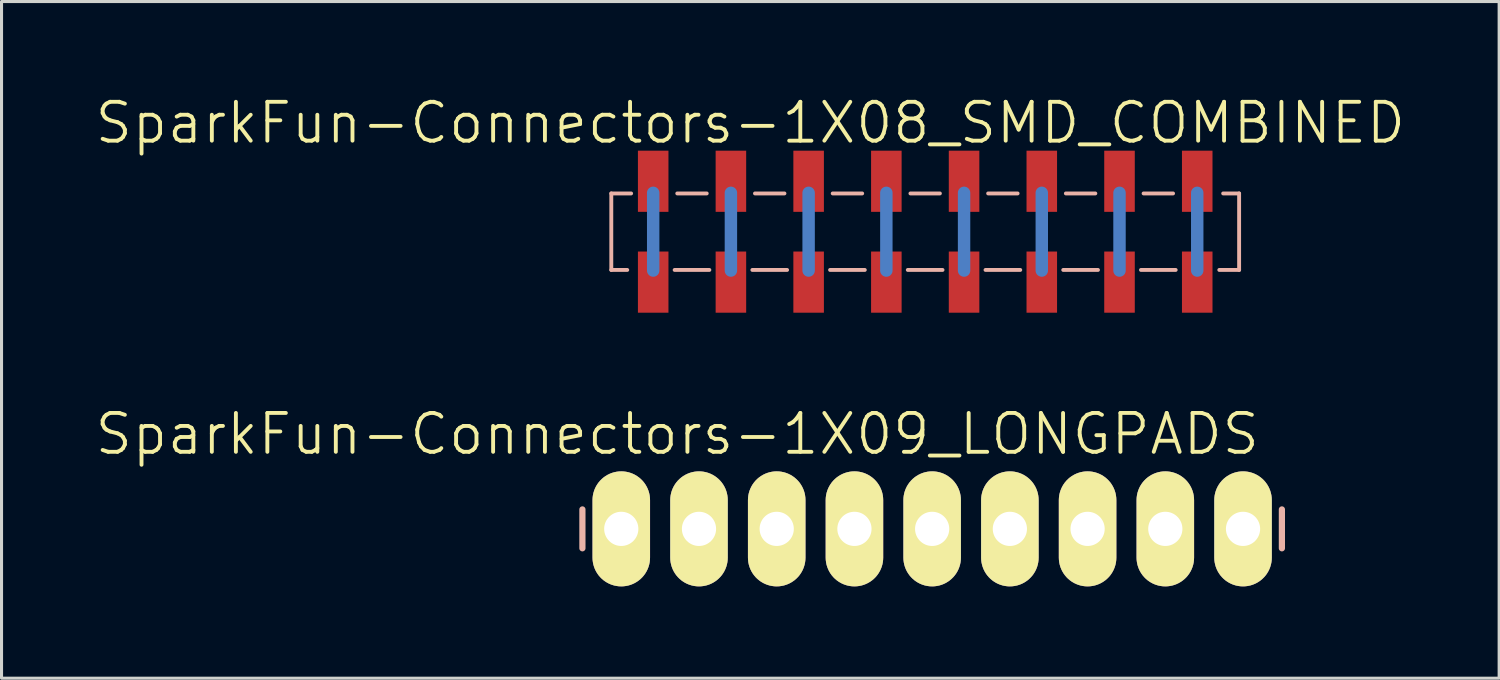
<source format=kicad_pcb>
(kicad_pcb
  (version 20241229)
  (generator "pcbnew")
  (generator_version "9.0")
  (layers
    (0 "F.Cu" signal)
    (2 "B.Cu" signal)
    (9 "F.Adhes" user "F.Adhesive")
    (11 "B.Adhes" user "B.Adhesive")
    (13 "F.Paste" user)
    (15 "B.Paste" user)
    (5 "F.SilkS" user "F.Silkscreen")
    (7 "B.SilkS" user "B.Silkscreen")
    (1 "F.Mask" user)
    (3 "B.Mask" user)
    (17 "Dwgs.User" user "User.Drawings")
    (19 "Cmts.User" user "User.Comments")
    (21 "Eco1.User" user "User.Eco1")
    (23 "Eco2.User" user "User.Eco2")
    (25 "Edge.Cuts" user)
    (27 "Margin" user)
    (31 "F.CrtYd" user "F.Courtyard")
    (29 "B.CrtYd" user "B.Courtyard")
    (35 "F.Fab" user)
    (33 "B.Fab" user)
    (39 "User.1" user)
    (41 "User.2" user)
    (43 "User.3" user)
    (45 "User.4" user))
  (footprint "SparkFun-Connectors-1X09_LONGPADS"
    (layer "F.Cu")
    (at 17.254 14.234)
    (property "Reference" "SparkFun-Connectors-1X09_LONGPADS" (at 1.829 -3.099 0) (layer "F.SilkS") (effects (font (size 1.27 1.27) (thickness 0.127))))
    (attr exclude_from_pos_files exclude_from_bom)
    (fp_line (start -0.254 -0.254) (end 0.254 -0.254) (stroke (width 0.066) (type solid)) (layer "F.SilkS"))
    (fp_line (start -0.254 0.254) (end -0.254 -0.254) (stroke (width 0.066) (type solid)) (layer "F.SilkS"))
    (fp_line (start -0.254 0.254) (end 0.254 0.254) (stroke (width 0.066) (type solid)) (layer "F.SilkS"))
    (fp_line (start 0.254 0.254) (end 0.254 -0.254) (stroke (width 0.066) (type solid)) (layer "F.SilkS"))
    (fp_line (start 2.286 -0.254) (end 2.794 -0.254) (stroke (width 0.066) (type solid)) (layer "F.SilkS"))
    (fp_line (start 2.286 0.254) (end 2.286 -0.254) (stroke (width 0.066) (type solid)) (layer "F.SilkS"))
    (fp_line (start 2.286 0.254) (end 2.794 0.254) (stroke (width 0.066) (type solid)) (layer "F.SilkS"))
    (fp_line (start 2.794 0.254) (end 2.794 -0.254) (stroke (width 0.066) (type solid)) (layer "F.SilkS"))
    (fp_line (start 4.826 -0.254) (end 5.334 -0.254) (stroke (width 0.066) (type solid)) (layer "F.SilkS"))
    (fp_line (start 4.826 0.254) (end 4.826 -0.254) (stroke (width 0.066) (type solid)) (layer "F.SilkS"))
    (fp_line (start 4.826 0.254) (end 5.334 0.254) (stroke (width 0.066) (type solid)) (layer "F.SilkS"))
    (fp_line (start 5.334 0.254) (end 5.334 -0.254) (stroke (width 0.066) (type solid)) (layer "F.SilkS"))
    (fp_line (start 7.366 -0.254) (end 7.874 -0.254) (stroke (width 0.066) (type solid)) (layer "F.SilkS"))
    (fp_line (start 7.366 0.254) (end 7.366 -0.254) (stroke (width 0.066) (type solid)) (layer "F.SilkS"))
    (fp_line (start 7.366 0.254) (end 7.874 0.254) (stroke (width 0.066) (type solid)) (layer "F.SilkS"))
    (fp_line (start 7.874 0.254) (end 7.874 -0.254) (stroke (width 0.066) (type solid)) (layer "F.SilkS"))
    (fp_line (start 9.906 -0.254) (end 10.414 -0.254) (stroke (width 0.066) (type solid)) (layer "F.SilkS"))
    (fp_line (start 9.906 0.254) (end 9.906 -0.254) (stroke (width 0.066) (type solid)) (layer "F.SilkS"))
    (fp_line (start 9.906 0.254) (end 10.414 0.254) (stroke (width 0.066) (type solid)) (layer "F.SilkS"))
    (fp_line (start 10.414 0.254) (end 10.414 -0.254) (stroke (width 0.066) (type solid)) (layer "F.SilkS"))
    (fp_line (start 12.446 -0.254) (end 12.954 -0.254) (stroke (width 0.066) (type solid)) (layer "F.SilkS"))
    (fp_line (start 12.446 0.254) (end 12.446 -0.254) (stroke (width 0.066) (type solid)) (layer "F.SilkS"))
    (fp_line (start 12.446 0.254) (end 12.954 0.254) (stroke (width 0.066) (type solid)) (layer "F.SilkS"))
    (fp_line (start 12.954 0.254) (end 12.954 -0.254) (stroke (width 0.066) (type solid)) (layer "F.SilkS"))
    (fp_line (start 14.986 -0.254) (end 15.494 -0.254) (stroke (width 0.066) (type solid)) (layer "F.SilkS"))
    (fp_line (start 14.986 0.254) (end 14.986 -0.254) (stroke (width 0.066) (type solid)) (layer "F.SilkS"))
    (fp_line (start 14.986 0.254) (end 15.494 0.254) (stroke (width 0.066) (type solid)) (layer "F.SilkS"))
    (fp_line (start 15.494 0.254) (end 15.494 -0.254) (stroke (width 0.066) (type solid)) (layer "F.SilkS"))
    (fp_line (start 17.523 -0.254) (end 18.034 -0.254) (stroke (width 0.066) (type solid)) (layer "F.SilkS"))
    (fp_line (start 17.523 0.254) (end 17.523 -0.254) (stroke (width 0.066) (type solid)) (layer "F.SilkS"))
    (fp_line (start 17.523 0.254) (end 18.034 0.254) (stroke (width 0.066) (type solid)) (layer "F.SilkS"))
    (fp_line (start 18.034 0.254) (end 18.034 -0.254) (stroke (width 0.066) (type solid)) (layer "F.SilkS"))
    (fp_line (start 20.066 -0.254) (end 20.574 -0.254) (stroke (width 0.066) (type solid)) (layer "F.SilkS"))
    (fp_line (start 20.066 0.254) (end 20.066 -0.254) (stroke (width 0.066) (type solid)) (layer "F.SilkS"))
    (fp_line (start 20.066 0.254) (end 20.574 0.254) (stroke (width 0.066) (type solid)) (layer "F.SilkS"))
    (fp_line (start 20.574 0.254) (end 20.574 -0.254) (stroke (width 0.066) (type solid)) (layer "F.SilkS"))
    (fp_line (start -1.27 -0.635) (end -1.27 0.635) (stroke (width 0.203) (type solid)) (layer "B.SilkS"))
    (fp_line (start 21.59 -0.635) (end 21.59 0.635) (stroke (width 0.203) (type solid)) (layer "B.SilkS"))
    (pad "1" thru_hole oval (at 0 0 180) (size 1.88 3.759) (drill 1.118) (layers "*.Cu" "F.Mask" "F.SilkS" "F.Paste"))
    (pad "2" thru_hole oval (at 2.54 0 180) (size 1.88 3.759) (drill 1.118) (layers "*.Cu" "F.Mask" "F.SilkS" "F.Paste"))
    (pad "3" thru_hole oval (at 5.08 0 180) (size 1.88 3.759) (drill 1.118) (layers "*.Cu" "F.Mask" "F.SilkS" "F.Paste"))
    (pad "4" thru_hole oval (at 7.62 0 180) (size 1.88 3.759) (drill 1.118) (layers "*.Cu" "F.Mask" "F.SilkS" "F.Paste"))
    (pad "5" thru_hole oval (at 10.16 0 180) (size 1.88 3.759) (drill 1.118) (layers "*.Cu" "F.Mask" "F.SilkS" "F.Paste"))
    (pad "6" thru_hole oval (at 12.7 0 180) (size 1.88 3.759) (drill 1.118) (layers "*.Cu" "F.Mask" "F.SilkS" "F.Paste"))
    (pad "7" thru_hole oval (at 15.24 0 180) (size 1.88 3.759) (drill 1.118) (layers "*.Cu" "F.Mask" "F.SilkS" "F.Paste"))
    (pad "8" thru_hole oval (at 17.78 0 180) (size 1.88 3.759) (drill 1.118) (layers "*.Cu" "F.Mask" "F.SilkS" "F.Paste"))
    (pad "9" thru_hole oval (at 20.32 0 180) (size 1.88 3.759) (drill 1.118) (layers "*.Cu" "F.Mask" "F.SilkS" "F.Paste")))
  (footprint "SparkFun-Connectors-1X08_SMD_COMBINED"
    (layer "F.Cu")
    (at 18.297 4.522)
    (property "Reference" "SparkFun-Connectors-1X08_SMD_COMBINED" (at 3.175 -3.556 0) (layer "F.SilkS") (effects (font (size 1.27 1.27) (thickness 0.127))))
    (attr smd)
    (fp_line (start 0 -1.27) (end 0 1.27) (stroke (width 0.406) (type solid)) (layer "B.Cu"))
    (fp_line (start 2.54 -1.27) (end 2.54 1.27) (stroke (width 0.406) (type solid)) (layer "B.Cu"))
    (fp_line (start 5.08 -1.27) (end 5.08 1.27) (stroke (width 0.406) (type solid)) (layer "B.Cu"))
    (fp_line (start 7.62 -1.27) (end 7.62 1.27) (stroke (width 0.406) (type solid)) (layer "B.Cu"))
    (fp_line (start 10.16 -1.27) (end 10.16 1.27) (stroke (width 0.406) (type solid)) (layer "B.Cu"))
    (fp_line (start 12.7 -1.27) (end 12.7 1.27) (stroke (width 0.406) (type solid)) (layer "B.Cu"))
    (fp_line (start 15.24 -1.27) (end 15.24 1.27) (stroke (width 0.406) (type solid)) (layer "B.Cu"))
    (fp_line (start 17.78 -1.27) (end 17.78 1.27) (stroke (width 0.406) (type solid)) (layer "B.Cu"))
    (fp_line (start -1.369 -1.25) (end -0.721 -1.25) (stroke (width 0.127) (type solid)) (layer "B.SilkS"))
    (fp_line (start -1.369 1.25) (end -1.369 -1.25) (stroke (width 0.127) (type solid)) (layer "B.SilkS"))
    (fp_line (start -0.848 1.25) (end -1.369 1.25) (stroke (width 0.127) (type solid)) (layer "B.SilkS"))
    (fp_line (start 0.787 -1.25) (end 1.75 -1.25) (stroke (width 0.127) (type solid)) (layer "B.SilkS"))
    (fp_line (start 1.836 1.25) (end 0.701 1.25) (stroke (width 0.127) (type solid)) (layer "B.SilkS"))
    (fp_line (start 3.327 -1.25) (end 4.29 -1.25) (stroke (width 0.127) (type solid)) (layer "B.SilkS"))
    (fp_line (start 4.376 1.25) (end 3.241 1.25) (stroke (width 0.127) (type solid)) (layer "B.SilkS"))
    (fp_line (start 5.867 -1.25) (end 6.83 -1.25) (stroke (width 0.127) (type solid)) (layer "B.SilkS"))
    (fp_line (start 6.916 1.25) (end 5.781 1.25) (stroke (width 0.127) (type solid)) (layer "B.SilkS"))
    (fp_line (start 8.407 -1.25) (end 9.37 -1.25) (stroke (width 0.127) (type solid)) (layer "B.SilkS"))
    (fp_line (start 9.456 1.25) (end 8.321 1.25) (stroke (width 0.127) (type solid)) (layer "B.SilkS"))
    (fp_line (start 10.947 -1.25) (end 11.91 -1.25) (stroke (width 0.127) (type solid)) (layer "B.SilkS"))
    (fp_line (start 11.996 1.25) (end 10.861 1.25) (stroke (width 0.127) (type solid)) (layer "B.SilkS"))
    (fp_line (start 13.487 -1.25) (end 14.45 -1.25) (stroke (width 0.127) (type solid)) (layer "B.SilkS"))
    (fp_line (start 14.536 1.25) (end 13.401 1.25) (stroke (width 0.127) (type solid)) (layer "B.SilkS"))
    (fp_line (start 16.027 -1.25) (end 16.99 -1.25) (stroke (width 0.127) (type solid)) (layer "B.SilkS"))
    (fp_line (start 17.076 1.25) (end 15.941 1.25) (stroke (width 0.127) (type solid)) (layer "B.SilkS"))
    (fp_line (start 18.628 -1.25) (end 19.149 -1.25) (stroke (width 0.127) (type solid)) (layer "B.SilkS"))
    (fp_line (start 19.149 -1.25) (end 19.149 1.25) (stroke (width 0.127) (type solid)) (layer "B.SilkS"))
    (fp_line (start 19.149 1.25) (end 18.501 1.25) (stroke (width 0.127) (type solid)) (layer "B.SilkS"))
    (pad "1" smd rect (at 0 -1.648 90) (size 1.999 0.998) (layers "F.Cu" "F.Mask" "F.Paste"))
    (pad "1@2" smd rect (at 0 1.648 270) (size 1.999 0.998) (layers "F.Cu" "F.Mask" "F.Paste"))
    (pad "2" smd rect (at 2.54 1.648 90) (size 1.999 0.998) (layers "F.Cu" "F.Mask" "F.Paste"))
    (pad "2@2" smd rect (at 2.54 -1.648 270) (size 1.999 0.998) (layers "F.Cu" "F.Mask" "F.Paste"))
    (pad "3" smd rect (at 5.08 -1.648 90) (size 1.999 0.998) (layers "F.Cu" "F.Mask" "F.Paste"))
    (pad "3@2" smd rect (at 5.08 1.648 270) (size 1.999 0.998) (layers "F.Cu" "F.Mask" "F.Paste"))
    (pad "4" smd rect (at 7.62 1.648 90) (size 1.999 0.998) (layers "F.Cu" "F.Mask" "F.Paste"))
    (pad "4@2" smd rect (at 7.62 -1.648 270) (size 1.999 0.998) (layers "F.Cu" "F.Mask" "F.Paste"))
    (pad "5" smd rect (at 10.16 -1.648 90) (size 1.999 0.998) (layers "F.Cu" "F.Mask" "F.Paste"))
    (pad "5@2" smd rect (at 10.16 1.648 270) (size 1.999 0.998) (layers "F.Cu" "F.Mask" "F.Paste"))
    (pad "6" smd rect (at 12.7 1.648 90) (size 1.999 0.998) (layers "F.Cu" "F.Mask" "F.Paste"))
    (pad "6@2" smd rect (at 12.7 -1.648 270) (size 1.999 0.998) (layers "F.Cu" "F.Mask" "F.Paste"))
    (pad "7" smd rect (at 15.24 -1.648 90) (size 1.999 0.998) (layers "F.Cu" "F.Mask" "F.Paste"))
    (pad "7@2" smd rect (at 15.24 1.648 270) (size 1.999 0.998) (layers "F.Cu" "F.Mask" "F.Paste"))
    (pad "8" smd rect (at 17.78 1.648 270) (size 1.999 0.998) (layers "F.Cu" "F.Mask" "F.Paste"))
    (pad "8@2" smd rect (at 17.78 -1.648 270) (size 1.999 0.998) (layers "F.Cu" "F.Mask" "F.Paste")))
  (gr_rect
    (start -3 -3)
    (end 45.944 19.114)
    (stroke (width 0.1) (type default))
    (fill no)
    (layer "Edge.Cuts")))
</source>
